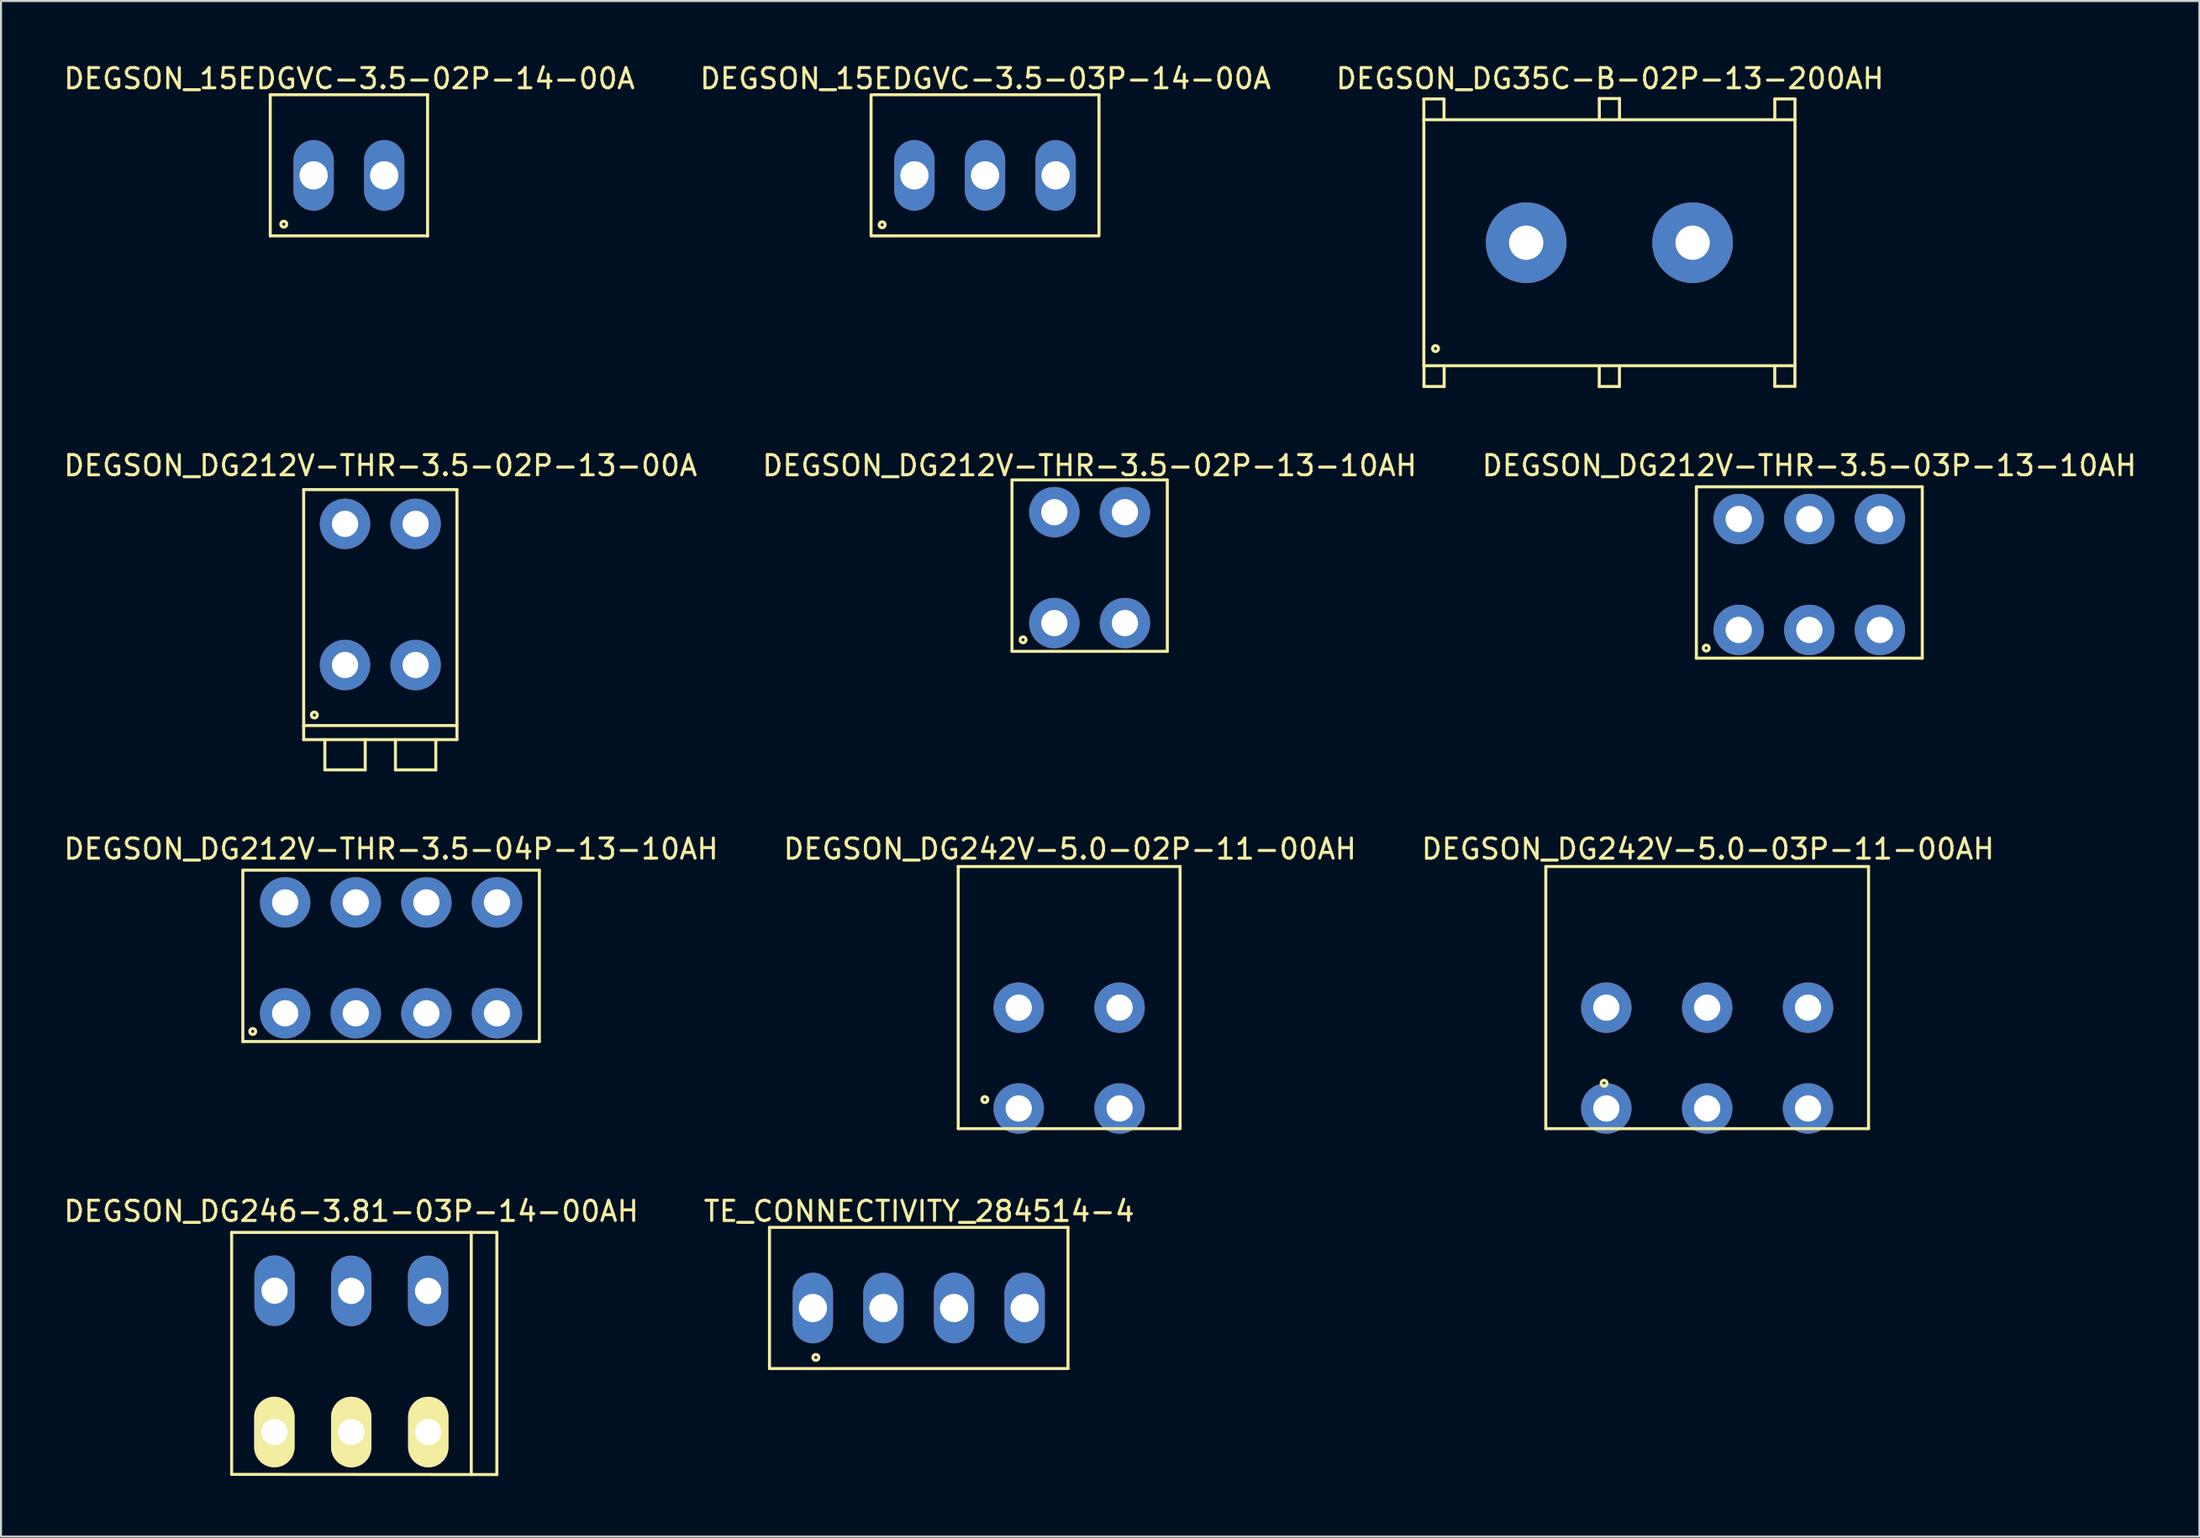
<source format=kicad_pcb>
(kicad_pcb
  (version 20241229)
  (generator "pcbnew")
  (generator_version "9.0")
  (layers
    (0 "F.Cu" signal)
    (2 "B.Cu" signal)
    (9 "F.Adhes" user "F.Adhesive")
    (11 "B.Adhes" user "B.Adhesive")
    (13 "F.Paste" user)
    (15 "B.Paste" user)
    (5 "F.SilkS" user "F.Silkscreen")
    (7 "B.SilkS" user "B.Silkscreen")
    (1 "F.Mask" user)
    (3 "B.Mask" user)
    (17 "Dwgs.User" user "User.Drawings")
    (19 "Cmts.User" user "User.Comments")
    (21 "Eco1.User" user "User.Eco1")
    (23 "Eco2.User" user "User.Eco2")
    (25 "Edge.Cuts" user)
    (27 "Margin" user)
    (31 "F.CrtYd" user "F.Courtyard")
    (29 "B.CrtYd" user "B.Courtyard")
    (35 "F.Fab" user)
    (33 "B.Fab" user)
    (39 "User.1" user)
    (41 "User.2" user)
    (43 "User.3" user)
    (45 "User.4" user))
  (footprint "DEGSON_DG212V-THR-3.5-02P-13-10AH"
    (layer "F.Cu")
    (at 50.97 25.003)
    (property "Reference" "DEGSON_DG212V-THR-3.5-02P-13-10AH" (at 0 -4.96 0) (layer "F.SilkS") (effects (font (size 1 1) (thickness 0.15))))
    (attr through_hole)
    (fp_line (start -3.85 -4.25) (end -3.85 4.25) (stroke (width 0.15) (type solid)) (layer "F.SilkS"))
    (fp_line (start -3.85 4.25) (end 3.85 4.25) (stroke (width 0.15) (type solid)) (layer "F.SilkS"))
    (fp_line (start 3.85 -4.25) (end -3.85 -4.25) (stroke (width 0.15) (type solid)) (layer "F.SilkS"))
    (fp_line (start 3.85 4.25) (end 3.85 -4.25) (stroke (width 0.15) (type solid)) (layer "F.SilkS"))
    (fp_circle (center -3.3 3.68) (end -3.23 3.7) (stroke (width 0.15) (type solid)) (fill no) (layer "F.SilkS"))
    (pad "1" thru_hole circle (at -1.75 -2.65) (size 2.5 2.5) (drill 1.3) (layers "*.Cu" "*.Mask"))
    (pad "1" thru_hole circle (at -1.75 2.85) (size 2.5 2.5) (drill 1.3) (layers "*.Cu" "*.Mask"))
    (pad "2" thru_hole circle (at 1.75 -2.65) (size 2.5 2.5) (drill 1.3) (layers "*.Cu" "*.Mask"))
    (pad "2" thru_hole circle (at 1.75 2.85) (size 2.5 2.5) (drill 1.3) (layers "*.Cu" "*.Mask")))
  (footprint "DEGSON_15EDGVC-3.5-03P-14-00A"
    (layer "F.Cu")
    (at 45.784 5.648)
    (property "Reference" "DEGSON_15EDGVC-3.5-03P-14-00A" (at 0.02 -4.8 0) (layer "F.SilkS") (effects (font (size 1 1) (thickness 0.15))))
    (attr through_hole)
    (fp_line (start -5.65 -4) (end -5.65 3) (stroke (width 0.15) (type solid)) (layer "F.SilkS"))
    (fp_line (start -5.6 3) (end 5.6 3) (stroke (width 0.15) (type solid)) (layer "F.SilkS"))
    (fp_line (start 5.65 -4) (end -5.55 -4) (stroke (width 0.15) (type solid)) (layer "F.SilkS"))
    (fp_line (start 5.65 3) (end 5.65 -4) (stroke (width 0.15) (type solid)) (layer "F.SilkS"))
    (fp_circle (center -5.1 2.45) (end -5.03 2.47) (stroke (width 0.15) (type solid)) (fill no) (layer "F.SilkS"))
    (pad "1" thru_hole oval (at -3.5 0) (size 2 3.5) (drill 1.4) (layers "*.Cu" "*.Mask"))
    (pad "2" thru_hole oval (at 0 0) (size 2 3.5) (drill 1.4) (layers "*.Cu" "*.Mask"))
    (pad "3" thru_hole oval (at 3.5 0) (size 2 3.5) (drill 1.4) (layers "*.Cu" "*.Mask")))
  (footprint "DEGSON_DG242V-5.0-03P-11-00AH"
    (layer "F.Cu")
    (at 81.585 49.427)
    (property "Reference" "DEGSON_DG242V-5.0-03P-11-00AH" (at 0.04 -10.37 0) (layer "F.SilkS") (effects (font (size 1 1) (thickness 0.15))))
    (attr through_hole)
    (fp_line (start -8 -9.5) (end -8 3.5) (stroke (width 0.15) (type solid)) (layer "F.SilkS"))
    (fp_line (start 8 -9.5) (end -8 -9.5) (stroke (width 0.15) (type solid)) (layer "F.SilkS"))
    (fp_line (start 8 -9.5) (end 8 3.5) (stroke (width 0.15) (type solid)) (layer "F.SilkS"))
    (fp_line (start 8 3.5) (end -8 3.5) (stroke (width 0.15) (type solid)) (layer "F.SilkS"))
    (fp_circle (center -5.11 1.25) (end -5.04 1.27) (stroke (width 0.15) (type solid)) (fill no) (layer "F.SilkS"))
    (pad "1" thru_hole circle (at -5 -2.5) (size 2.5 2.5) (drill 1.3) (layers "*.Cu" "*.Mask"))
    (pad "1" thru_hole circle (at -5 2.5) (size 2.5 2.5) (drill 1.3) (layers "*.Cu" "*.Mask"))
    (pad "2" thru_hole circle (at 0 -2.5) (size 2.5 2.5) (drill 1.3) (layers "*.Cu" "*.Mask"))
    (pad "2" thru_hole circle (at 0 2.5) (size 2.5 2.5) (drill 1.3) (layers "*.Cu" "*.Mask"))
    (pad "3" thru_hole circle (at 5 -2.5) (size 2.5 2.5) (drill 1.3) (layers "*.Cu" "*.Mask"))
    (pad "3" thru_hole circle (at 5 2.5) (size 2.5 2.5) (drill 1.3) (layers "*.Cu" "*.Mask")))
  (footprint "DEGSON_DG246-3.81-03P-14-00AH"
    (layer "F.Cu")
    (at 14.363 64.475)
    (property "Reference" "DEGSON_DG246-3.81-03P-14-00AH" (at 0 -7.45 0) (layer "F.SilkS") (effects (font (size 1 1) (thickness 0.15))))
    (attr through_hole)
    (fp_line (start -5.93 -6.4) (end -5.93 5.6) (stroke (width 0.15) (type solid)) (layer "F.SilkS"))
    (fp_line (start -5.93 5.6) (end 7.22 5.61) (stroke (width 0.15) (type solid)) (layer "F.SilkS"))
    (fp_line (start 5.95 -6.4) (end 5.95 5.61) (stroke (width 0.15) (type solid)) (layer "F.SilkS"))
    (fp_line (start 7.22 -6.4) (end -5.93 -6.4) (stroke (width 0.15) (type solid)) (layer "F.SilkS"))
    (fp_line (start 7.22 5.61) (end 7.22 -6.4) (stroke (width 0.15) (type solid)) (layer "F.SilkS"))
    (pad "" thru_hole oval (at -3.81 3.5) (size 1.999 3.5) (drill 1.3) (layers "*.Cu" "*.Mask" "F.SilkS"))
    (pad "" thru_hole oval (at 0 3.5) (size 1.999 3.5) (drill 1.3) (layers "*.Cu" "*.Mask" "F.SilkS"))
    (pad "" thru_hole oval (at 3.82 3.5) (size 1.999 3.5) (drill 1.3) (layers "*.Cu" "*.Mask" "F.SilkS"))
    (pad "1" thru_hole oval (at -3.8 -3.51) (size 1.999 3.5) (drill 1.3) (layers "*.Cu" "*.Mask"))
    (pad "2" thru_hole oval (at 0 -3.5) (size 1.999 3.5) (drill 1.3) (layers "*.Cu" "*.Mask"))
    (pad "3" thru_hole oval (at 3.81 -3.5) (size 1.999 3.5) (drill 1.3) (layers "*.Cu" "*.Mask")))
  (footprint "DEGSON_DG212V-THR-3.5-04P-13-10AH"
    (layer "F.Cu")
    (at 16.339 44.357)
    (property "Reference" "DEGSON_DG212V-THR-3.5-04P-13-10AH" (at 0 -5.3 0) (layer "F.SilkS") (effects (font (size 1 1) (thickness 0.15))))
    (attr through_hole)
    (fp_line (start -7.35 -4.25) (end -7.35 4.25) (stroke (width 0.15) (type solid)) (layer "F.SilkS"))
    (fp_line (start -7.35 4.25) (end 7.35 4.25) (stroke (width 0.15) (type solid)) (layer "F.SilkS"))
    (fp_line (start 7.35 -4.25) (end -7.34 -4.25) (stroke (width 0.15) (type solid)) (layer "F.SilkS"))
    (fp_line (start 7.35 4.25) (end 7.35 -4.25) (stroke (width 0.15) (type solid)) (layer "F.SilkS"))
    (fp_circle (center -6.86 3.75) (end -6.79 3.77) (stroke (width 0.15) (type solid)) (fill no) (layer "F.SilkS"))
    (pad "1" thru_hole circle (at -5.25 -2.65) (size 2.5 2.5) (drill 1.3) (layers "*.Cu" "*.Mask"))
    (pad "1" thru_hole circle (at -5.25 2.85) (size 2.5 2.5) (drill 1.3) (layers "*.Cu" "*.Mask"))
    (pad "2" thru_hole circle (at -1.75 -2.65) (size 2.5 2.5) (drill 1.3) (layers "*.Cu" "*.Mask"))
    (pad "2" thru_hole circle (at -1.75 2.85) (size 2.5 2.5) (drill 1.3) (layers "*.Cu" "*.Mask"))
    (pad "3" thru_hole circle (at 1.75 -2.65) (size 2.5 2.5) (drill 1.3) (layers "*.Cu" "*.Mask"))
    (pad "3" thru_hole circle (at 1.75 2.85) (size 2.5 2.5) (drill 1.3) (layers "*.Cu" "*.Mask"))
    (pad "4" thru_hole circle (at 5.25 -2.65) (size 2.5 2.5) (drill 1.3) (layers "*.Cu" "*.Mask"))
    (pad "4" thru_hole circle (at 5.25 2.85) (size 2.5 2.5) (drill 1.3) (layers "*.Cu" "*.Mask")))
  (footprint "TE_CONNECTIVITY_284514-4"
    (layer "F.Cu")
    (at 42.498 61.825)
    (property "Reference" "TE_CONNECTIVITY_284514-4" (at 0.02 -4.8 0) (layer "F.SilkS") (effects (font (size 1 1) (thickness 0.15))))
    (attr through_hole)
    (fp_line (start -7.4 -4) (end -7.4 3) (stroke (width 0.15) (type solid)) (layer "F.SilkS"))
    (fp_line (start -7.4 3) (end 7.4 3) (stroke (width 0.15) (type solid)) (layer "F.SilkS"))
    (fp_line (start 7.4 -4) (end -7.4 -4) (stroke (width 0.15) (type solid)) (layer "F.SilkS"))
    (fp_line (start 7.4 3) (end 7.4 -4) (stroke (width 0.15) (type solid)) (layer "F.SilkS"))
    (fp_circle (center -5.1 2.45) (end -5.03 2.47) (stroke (width 0.15) (type solid)) (fill no) (layer "F.SilkS"))
    (pad "1" thru_hole oval (at -5.25 0) (size 2 3.5) (drill 1.4) (layers "*.Cu" "*.Mask"))
    (pad "2" thru_hole oval (at -1.75 0) (size 2 3.5) (drill 1.4) (layers "*.Cu" "*.Mask"))
    (pad "3" thru_hole oval (at 1.75 0) (size 2 3.5) (drill 1.4) (layers "*.Cu" "*.Mask"))
    (pad "4" thru_hole oval (at 5.25 0) (size 2 3.5) (drill 1.4) (layers "*.Cu" "*.Mask")))
  (footprint "DEGSON_DG212V-THR-3.5-03P-13-10AH"
    (layer "F.Cu")
    (at 86.649 25.343)
    (property "Reference" "DEGSON_DG212V-THR-3.5-03P-13-10AH" (at 0 -5.3 0) (layer "F.SilkS") (effects (font (size 1 1) (thickness 0.15))))
    (attr through_hole)
    (fp_line (start -5.6 -4.25) (end -5.6 4.25) (stroke (width 0.15) (type solid)) (layer "F.SilkS"))
    (fp_line (start -5.6 4.25) (end 5.6 4.25) (stroke (width 0.15) (type solid)) (layer "F.SilkS"))
    (fp_line (start 5.6 -4.25) (end -5.59 -4.25) (stroke (width 0.15) (type solid)) (layer "F.SilkS"))
    (fp_line (start 5.6 4.25) (end 5.6 -4.25) (stroke (width 0.15) (type solid)) (layer "F.SilkS"))
    (fp_circle (center -5.11 3.75) (end -5.04 3.77) (stroke (width 0.15) (type solid)) (fill no) (layer "F.SilkS"))
    (pad "1" thru_hole circle (at -3.5 -2.65) (size 2.5 2.5) (drill 1.3) (layers "*.Cu" "*.Mask"))
    (pad "1" thru_hole circle (at -3.5 2.85) (size 2.5 2.5) (drill 1.3) (layers "*.Cu" "*.Mask"))
    (pad "2" thru_hole circle (at 0 -2.65) (size 2.5 2.5) (drill 1.3) (layers "*.Cu" "*.Mask"))
    (pad "2" thru_hole circle (at 0 2.85) (size 2.5 2.5) (drill 1.3) (layers "*.Cu" "*.Mask"))
    (pad "3" thru_hole circle (at 3.5 -2.65) (size 2.5 2.5) (drill 1.3) (layers "*.Cu" "*.Mask"))
    (pad "3" thru_hole circle (at 3.5 2.85) (size 2.5 2.5) (drill 1.3) (layers "*.Cu" "*.Mask")))
  (footprint "DEGSON_DG35C-B-02P-13-200AH"
    (layer "F.Cu")
    (at 76.738 8.988)
    (property "Reference" "DEGSON_DG35C-B-02P-13-200AH" (at 0.03 -8.14 0) (layer "F.SilkS") (effects (font (size 1 1) (thickness 0.15))))
    (attr through_hole)
    (fp_line (start -9.2 -7.13) (end -8.2 -7.13) (stroke (width 0.15) (type solid)) (layer "F.SilkS"))
    (fp_line (start -9.2 -6.13) (end -9.2 -7.13) (stroke (width 0.15) (type solid)) (layer "F.SilkS"))
    (fp_line (start -9.2 -6.1) (end -9.2 6.1) (stroke (width 0.15) (type solid)) (layer "F.SilkS"))
    (fp_line (start -9.2 6.1) (end 9.2 6.1) (stroke (width 0.15) (type solid)) (layer "F.SilkS"))
    (fp_line (start -9.193 6.132) (end -9.193 7.132) (stroke (width 0.15) (type solid)) (layer "F.SilkS"))
    (fp_line (start -9.193 7.132) (end -8.193 7.132) (stroke (width 0.15) (type solid)) (layer "F.SilkS"))
    (fp_line (start -8.2 -7.13) (end -8.2 -6.13) (stroke (width 0.15) (type solid)) (layer "F.SilkS"))
    (fp_line (start -8.193 7.132) (end -8.193 6.132) (stroke (width 0.15) (type solid)) (layer "F.SilkS"))
    (fp_line (start -0.503 6.132) (end -0.503 7.132) (stroke (width 0.15) (type solid)) (layer "F.SilkS"))
    (fp_line (start -0.503 7.132) (end 0.497 7.132) (stroke (width 0.15) (type solid)) (layer "F.SilkS"))
    (fp_line (start -0.5 -7.15) (end 0.5 -7.15) (stroke (width 0.15) (type solid)) (layer "F.SilkS"))
    (fp_line (start -0.5 -6.15) (end -0.5 -7.15) (stroke (width 0.15) (type solid)) (layer "F.SilkS"))
    (fp_line (start 0.497 7.132) (end 0.497 6.132) (stroke (width 0.15) (type solid)) (layer "F.SilkS"))
    (fp_line (start 0.5 -7.15) (end 0.5 -6.15) (stroke (width 0.15) (type solid)) (layer "F.SilkS"))
    (fp_line (start 8.197 6.122) (end 8.197 7.122) (stroke (width 0.15) (type solid)) (layer "F.SilkS"))
    (fp_line (start 8.197 7.122) (end 9.197 7.122) (stroke (width 0.15) (type solid)) (layer "F.SilkS"))
    (fp_line (start 8.2 -7.13) (end 9.2 -7.13) (stroke (width 0.15) (type solid)) (layer "F.SilkS"))
    (fp_line (start 8.2 -6.13) (end 8.2 -7.13) (stroke (width 0.15) (type solid)) (layer "F.SilkS"))
    (fp_line (start 9.197 7.122) (end 9.197 6.122) (stroke (width 0.15) (type solid)) (layer "F.SilkS"))
    (fp_line (start 9.2 -7.13) (end 9.2 -6.13) (stroke (width 0.15) (type solid)) (layer "F.SilkS"))
    (fp_line (start 9.2 -6.1) (end -9.2 -6.1) (stroke (width 0.15) (type solid)) (layer "F.SilkS"))
    (fp_line (start 9.2 6.1) (end 9.2 -6.1) (stroke (width 0.15) (type solid)) (layer "F.SilkS"))
    (fp_circle (center -8.62 5.25) (end -8.55 5.23) (stroke (width 0.15) (type solid)) (fill no) (layer "F.SilkS"))
    (pad "1" thru_hole circle (at -4.125 0) (size 4 4) (drill 1.7) (layers "*.Cu" "*.Mask"))
    (pad "2" thru_hole circle (at 4.125 0) (size 4 4) (drill 1.7) (layers "*.Cu" "*.Mask")))
  (footprint "DEGSON_DG212V-THR-3.5-02P-13-00A"
    (layer "F.Cu")
    (at 15.805 26.433)
    (property "Reference" "DEGSON_DG212V-THR-3.5-02P-13-00A" (at 0.01 -6.39 0) (layer "F.SilkS") (effects (font (size 1 1) (thickness 0.15))))
    (attr through_hole)
    (fp_line (start -3.8 -5.2) (end -3.8 7.2) (stroke (width 0.15) (type solid)) (layer "F.SilkS"))
    (fp_line (start -3.8 6.5) (end 3.8 6.5) (stroke (width 0.15) (type solid)) (layer "F.SilkS"))
    (fp_line (start -3.8 7.2) (end 3.8 7.2) (stroke (width 0.15) (type solid)) (layer "F.SilkS"))
    (fp_line (start -2.75 7.2) (end -2.75 8.7) (stroke (width 0.15) (type solid)) (layer "F.SilkS"))
    (fp_line (start -2.75 8.7) (end -0.75 8.7) (stroke (width 0.15) (type solid)) (layer "F.SilkS"))
    (fp_line (start -0.75 8.7) (end -0.75 7.2) (stroke (width 0.15) (type solid)) (layer "F.SilkS"))
    (fp_line (start 0.75 7.2) (end 0.75 8.7) (stroke (width 0.15) (type solid)) (layer "F.SilkS"))
    (fp_line (start 0.75 8.7) (end 2.75 8.7) (stroke (width 0.15) (type solid)) (layer "F.SilkS"))
    (fp_line (start 2.75 8.7) (end 2.75 7.2) (stroke (width 0.15) (type solid)) (layer "F.SilkS"))
    (fp_line (start 3.8 -5.2) (end -3.8 -5.2) (stroke (width 0.15) (type solid)) (layer "F.SilkS"))
    (fp_line (start 3.8 7.2) (end 3.8 -5.2) (stroke (width 0.15) (type solid)) (layer "F.SilkS"))
    (fp_circle (center -3.27 5.98) (end -3.2 6) (stroke (width 0.15) (type solid)) (fill no) (layer "F.SilkS"))
    (pad "1" thru_hole circle (at -1.75 -3.5) (size 2.5 2.5) (drill 1.3) (layers "*.Cu" "*.Mask"))
    (pad "1" thru_hole circle (at -1.75 3.5) (size 2.5 2.5) (drill 1.3) (layers "*.Cu" "*.Mask"))
    (pad "2" thru_hole circle (at 1.75 -3.5) (size 2.5 2.5) (drill 1.3) (layers "*.Cu" "*.Mask"))
    (pad "2" thru_hole circle (at 1.75 3.5) (size 2.5 2.5) (drill 1.3) (layers "*.Cu" "*.Mask")))
  (footprint "DEGSON_15EDGVC-3.5-02P-14-00A"
    (layer "F.Cu")
    (at 14.248 5.648)
    (property "Reference" "DEGSON_15EDGVC-3.5-02P-14-00A" (at 0.02 -4.8 0) (layer "F.SilkS") (effects (font (size 1 1) (thickness 0.15))))
    (attr through_hole)
    (fp_line (start -3.9 -4) (end -3.9 3) (stroke (width 0.15) (type solid)) (layer "F.SilkS"))
    (fp_line (start -3.9 3) (end 3.9 3) (stroke (width 0.15) (type solid)) (layer "F.SilkS"))
    (fp_line (start 3.9 -4) (end -3.9 -4) (stroke (width 0.15) (type solid)) (layer "F.SilkS"))
    (fp_line (start 3.9 3) (end 3.9 -4) (stroke (width 0.15) (type solid)) (layer "F.SilkS"))
    (fp_circle (center -3.23 2.42) (end -3.16 2.44) (stroke (width 0.15) (type solid)) (fill no) (layer "F.SilkS"))
    (pad "1" thru_hole oval (at -1.75 0) (size 2 3.5) (drill 1.4) (layers "*.Cu" "*.Mask"))
    (pad "2" thru_hole oval (at 1.75 0) (size 2 3.5) (drill 1.4) (layers "*.Cu" "*.Mask")))
  (footprint "DEGSON_DG242V-5.0-02P-11-00AH"
    (layer "F.Cu")
    (at 49.954 49.427)
    (property "Reference" "DEGSON_DG242V-5.0-02P-11-00AH" (at 0.04 -10.37 0) (layer "F.SilkS") (effects (font (size 1 1) (thickness 0.15))))
    (attr through_hole)
    (fp_line (start -5.5 -9.5) (end -5.5 3.5) (stroke (width 0.15) (type solid)) (layer "F.SilkS"))
    (fp_line (start 5.5 -9.5) (end -5.5 -9.5) (stroke (width 0.15) (type solid)) (layer "F.SilkS"))
    (fp_line (start 5.5 -9.5) (end 5.5 3.5) (stroke (width 0.15) (type solid)) (layer "F.SilkS"))
    (fp_line (start 5.5 3.5) (end -5.5 3.5) (stroke (width 0.15) (type solid)) (layer "F.SilkS"))
    (fp_circle (center -4.18 2.06) (end -4.11 2.08) (stroke (width 0.15) (type solid)) (fill no) (layer "F.SilkS"))
    (pad "1" thru_hole circle (at -2.5 -2.5) (size 2.5 2.5) (drill 1.3) (layers "*.Cu" "*.Mask"))
    (pad "1" thru_hole circle (at -2.5 2.5) (size 2.5 2.5) (drill 1.3) (layers "*.Cu" "*.Mask"))
    (pad "2" thru_hole circle (at 2.5 -2.5) (size 2.5 2.5) (drill 1.3) (layers "*.Cu" "*.Mask"))
    (pad "2" thru_hole circle (at 2.5 2.5) (size 2.5 2.5) (drill 1.3) (layers "*.Cu" "*.Mask")))
  (gr_rect
    (start -3 -3)
    (end 105.988 73.16)
    (stroke (width 0.1) (type default))
    (fill no)
    (layer "Edge.Cuts")))
</source>
